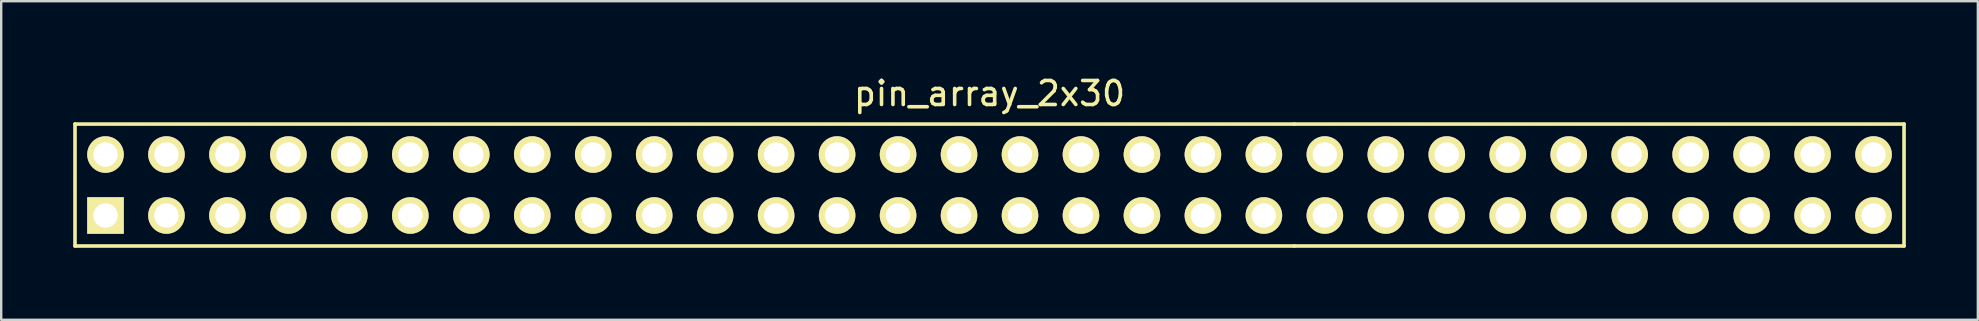
<source format=kicad_pcb>
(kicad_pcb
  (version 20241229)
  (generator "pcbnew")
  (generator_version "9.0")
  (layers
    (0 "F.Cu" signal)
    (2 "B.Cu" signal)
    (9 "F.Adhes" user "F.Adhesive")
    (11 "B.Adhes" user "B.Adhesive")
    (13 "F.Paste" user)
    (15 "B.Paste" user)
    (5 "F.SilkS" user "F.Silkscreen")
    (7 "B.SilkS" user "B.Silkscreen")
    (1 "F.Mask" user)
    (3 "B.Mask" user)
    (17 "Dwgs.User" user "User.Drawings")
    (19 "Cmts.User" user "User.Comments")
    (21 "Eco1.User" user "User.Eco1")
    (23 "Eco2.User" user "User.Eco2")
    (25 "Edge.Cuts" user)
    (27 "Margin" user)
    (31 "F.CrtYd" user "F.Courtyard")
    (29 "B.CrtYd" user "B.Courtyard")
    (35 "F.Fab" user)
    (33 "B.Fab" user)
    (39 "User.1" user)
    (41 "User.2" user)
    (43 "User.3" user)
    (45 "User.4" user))
  (footprint "pin_array_2x30"
    (layer "F.Cu")
    (at 38.175 4.658)
    (property "Reference" "pin_array_2x30" (at 0 -3.81 0) (layer "F.SilkS") (effects (font (size 1 1) (thickness 0.15))))
    (attr through_hole)
    (fp_line (start -38.1 -2.54) (end -38.1 2.54) (stroke (width 0.15) (type solid)) (layer "F.SilkS"))
    (fp_line (start 12.7 -2.54) (end -38.1 -2.54) (stroke (width 0.15) (type solid)) (layer "F.SilkS"))
    (fp_line (start 12.7 -2.54) (end 38.1 -2.54) (stroke (width 0.15) (type solid)) (layer "F.SilkS"))
    (fp_line (start 12.7 2.54) (end -38.1 2.54) (stroke (width 0.15) (type solid)) (layer "F.SilkS"))
    (fp_line (start 12.7 2.54) (end 38.1 2.54) (stroke (width 0.15) (type solid)) (layer "F.SilkS"))
    (fp_line (start 38.1 -2.54) (end 38.1 2.54) (stroke (width 0.15) (type solid)) (layer "F.SilkS"))
    (pad "1" thru_hole rect (at -36.83 1.27) (size 1.524 1.524) (drill 1.016) (layers "*.Cu" "*.Mask" "F.SilkS"))
    (pad "2" thru_hole circle (at -36.83 -1.27) (size 1.524 1.524) (drill 1.016) (layers "*.Cu" "*.Mask" "F.SilkS"))
    (pad "3" thru_hole circle (at -34.29 1.27) (size 1.524 1.524) (drill 1.016) (layers "*.Cu" "*.Mask" "F.SilkS"))
    (pad "4" thru_hole circle (at -34.29 -1.27) (size 1.524 1.524) (drill 1.016) (layers "*.Cu" "*.Mask" "F.SilkS"))
    (pad "5" thru_hole circle (at -31.75 1.27) (size 1.524 1.524) (drill 1.016) (layers "*.Cu" "*.Mask" "F.SilkS"))
    (pad "6" thru_hole circle (at -31.75 -1.27) (size 1.524 1.524) (drill 1.016) (layers "*.Cu" "*.Mask" "F.SilkS"))
    (pad "7" thru_hole circle (at -29.21 1.27) (size 1.524 1.524) (drill 1.016) (layers "*.Cu" "*.Mask" "F.SilkS"))
    (pad "8" thru_hole circle (at -29.21 -1.27) (size 1.524 1.524) (drill 1.016) (layers "*.Cu" "*.Mask" "F.SilkS"))
    (pad "9" thru_hole circle (at -26.67 1.27) (size 1.524 1.524) (drill 1.016) (layers "*.Cu" "*.Mask" "F.SilkS"))
    (pad "10" thru_hole circle (at -26.67 -1.27) (size 1.524 1.524) (drill 1.016) (layers "*.Cu" "*.Mask" "F.SilkS"))
    (pad "11" thru_hole circle (at -24.13 1.27) (size 1.524 1.524) (drill 1.016) (layers "*.Cu" "*.Mask" "F.SilkS"))
    (pad "12" thru_hole circle (at -24.13 -1.27) (size 1.524 1.524) (drill 1.016) (layers "*.Cu" "*.Mask" "F.SilkS"))
    (pad "13" thru_hole circle (at -21.59 1.27) (size 1.524 1.524) (drill 1.016) (layers "*.Cu" "*.Mask" "F.SilkS"))
    (pad "14" thru_hole circle (at -21.59 -1.27) (size 1.524 1.524) (drill 1.016) (layers "*.Cu" "*.Mask" "F.SilkS"))
    (pad "15" thru_hole circle (at -19.05 1.27) (size 1.524 1.524) (drill 1.016) (layers "*.Cu" "*.Mask" "F.SilkS"))
    (pad "16" thru_hole circle (at -19.05 -1.27) (size 1.524 1.524) (drill 1.016) (layers "*.Cu" "*.Mask" "F.SilkS"))
    (pad "17" thru_hole circle (at -16.51 1.27) (size 1.524 1.524) (drill 1.016) (layers "*.Cu" "*.Mask" "F.SilkS"))
    (pad "18" thru_hole circle (at -16.51 -1.27) (size 1.524 1.524) (drill 1.016) (layers "*.Cu" "*.Mask" "F.SilkS"))
    (pad "19" thru_hole circle (at -13.97 1.27) (size 1.524 1.524) (drill 1.016) (layers "*.Cu" "*.Mask" "F.SilkS"))
    (pad "20" thru_hole circle (at -13.97 -1.27) (size 1.524 1.524) (drill 1.016) (layers "*.Cu" "*.Mask" "F.SilkS"))
    (pad "21" thru_hole circle (at -11.43 1.27) (size 1.524 1.524) (drill 1.016) (layers "*.Cu" "*.Mask" "F.SilkS"))
    (pad "22" thru_hole circle (at -11.43 -1.27) (size 1.524 1.524) (drill 1.016) (layers "*.Cu" "*.Mask" "F.SilkS"))
    (pad "23" thru_hole circle (at -8.89 1.27) (size 1.524 1.524) (drill 1.016) (layers "*.Cu" "*.Mask" "F.SilkS"))
    (pad "24" thru_hole circle (at -8.89 -1.27) (size 1.524 1.524) (drill 1.016) (layers "*.Cu" "*.Mask" "F.SilkS"))
    (pad "25" thru_hole circle (at -6.35 1.27) (size 1.524 1.524) (drill 1.016) (layers "*.Cu" "*.Mask" "F.SilkS"))
    (pad "26" thru_hole circle (at -6.35 -1.27) (size 1.524 1.524) (drill 1.016) (layers "*.Cu" "*.Mask" "F.SilkS"))
    (pad "27" thru_hole circle (at -3.81 1.27) (size 1.524 1.524) (drill 1.016) (layers "*.Cu" "*.Mask" "F.SilkS"))
    (pad "28" thru_hole circle (at -3.81 -1.27) (size 1.524 1.524) (drill 1.016) (layers "*.Cu" "*.Mask" "F.SilkS"))
    (pad "29" thru_hole circle (at -1.27 1.27) (size 1.524 1.524) (drill 1.016) (layers "*.Cu" "*.Mask" "F.SilkS"))
    (pad "30" thru_hole circle (at -1.27 -1.27) (size 1.524 1.524) (drill 1.016) (layers "*.Cu" "*.Mask" "F.SilkS"))
    (pad "31" thru_hole circle (at 1.27 1.27) (size 1.524 1.524) (drill 1.016) (layers "*.Cu" "*.Mask" "F.SilkS"))
    (pad "32" thru_hole circle (at 1.27 -1.27) (size 1.524 1.524) (drill 1.016) (layers "*.Cu" "*.Mask" "F.SilkS"))
    (pad "33" thru_hole circle (at 3.81 1.27) (size 1.524 1.524) (drill 1.016) (layers "*.Cu" "*.Mask" "F.SilkS"))
    (pad "34" thru_hole circle (at 3.81 -1.27) (size 1.524 1.524) (drill 1.016) (layers "*.Cu" "*.Mask" "F.SilkS"))
    (pad "35" thru_hole circle (at 6.35 1.27) (size 1.524 1.524) (drill 1.016) (layers "*.Cu" "*.Mask" "F.SilkS"))
    (pad "36" thru_hole circle (at 6.35 -1.27) (size 1.524 1.524) (drill 1.016) (layers "*.Cu" "*.Mask" "F.SilkS"))
    (pad "37" thru_hole circle (at 8.89 1.27) (size 1.524 1.524) (drill 1.016) (layers "*.Cu" "*.Mask" "F.SilkS"))
    (pad "38" thru_hole circle (at 8.89 -1.27) (size 1.524 1.524) (drill 1.016) (layers "*.Cu" "*.Mask" "F.SilkS"))
    (pad "39" thru_hole circle (at 11.43 1.27) (size 1.524 1.524) (drill 1.016) (layers "*.Cu" "*.Mask" "F.SilkS"))
    (pad "40" thru_hole circle (at 11.43 -1.27) (size 1.524 1.524) (drill 1.016) (layers "*.Cu" "*.Mask" "F.SilkS"))
    (pad "41" thru_hole circle (at 13.97 1.27) (size 1.524 1.524) (drill 1.016) (layers "*.Cu" "*.Mask" "F.SilkS"))
    (pad "42" thru_hole circle (at 13.97 -1.27) (size 1.524 1.524) (drill 1.016) (layers "*.Cu" "*.Mask" "F.SilkS"))
    (pad "43" thru_hole circle (at 16.51 1.27) (size 1.524 1.524) (drill 1.016) (layers "*.Cu" "*.Mask" "F.SilkS"))
    (pad "44" thru_hole circle (at 16.51 -1.27) (size 1.524 1.524) (drill 1.016) (layers "*.Cu" "*.Mask" "F.SilkS"))
    (pad "45" thru_hole circle (at 19.05 1.27) (size 1.524 1.524) (drill 1.016) (layers "*.Cu" "*.Mask" "F.SilkS"))
    (pad "46" thru_hole circle (at 19.05 -1.27) (size 1.524 1.524) (drill 1.016) (layers "*.Cu" "*.Mask" "F.SilkS"))
    (pad "47" thru_hole circle (at 21.59 1.27) (size 1.524 1.524) (drill 1.016) (layers "*.Cu" "*.Mask" "F.SilkS"))
    (pad "48" thru_hole circle (at 21.59 -1.27) (size 1.524 1.524) (drill 1.016) (layers "*.Cu" "*.Mask" "F.SilkS"))
    (pad "49" thru_hole circle (at 24.13 1.27) (size 1.524 1.524) (drill 1.016) (layers "*.Cu" "*.Mask" "F.SilkS"))
    (pad "50" thru_hole circle (at 24.13 -1.27) (size 1.524 1.524) (drill 1.016) (layers "*.Cu" "*.Mask" "F.SilkS"))
    (pad "51" thru_hole circle (at 26.67 1.27) (size 1.524 1.524) (drill 1.016) (layers "*.Cu" "*.Mask" "F.SilkS"))
    (pad "52" thru_hole circle (at 26.67 -1.27) (size 1.524 1.524) (drill 1.016) (layers "*.Cu" "*.Mask" "F.SilkS"))
    (pad "53" thru_hole circle (at 29.21 1.27) (size 1.524 1.524) (drill 1.016) (layers "*.Cu" "*.Mask" "F.SilkS"))
    (pad "54" thru_hole circle (at 29.21 -1.27) (size 1.524 1.524) (drill 1.016) (layers "*.Cu" "*.Mask" "F.SilkS"))
    (pad "55" thru_hole circle (at 31.75 1.27) (size 1.524 1.524) (drill 1.016) (layers "*.Cu" "*.Mask" "F.SilkS"))
    (pad "56" thru_hole circle (at 31.75 -1.27) (size 1.524 1.524) (drill 1.016) (layers "*.Cu" "*.Mask" "F.SilkS"))
    (pad "57" thru_hole circle (at 34.29 1.27) (size 1.524 1.524) (drill 1.016) (layers "*.Cu" "*.Mask" "F.SilkS"))
    (pad "58" thru_hole circle (at 34.29 -1.27) (size 1.524 1.524) (drill 1.016) (layers "*.Cu" "*.Mask" "F.SilkS"))
    (pad "59" thru_hole circle (at 36.83 1.27) (size 1.524 1.524) (drill 1.016) (layers "*.Cu" "*.Mask" "F.SilkS"))
    (pad "60" thru_hole circle (at 36.83 -1.27) (size 1.524 1.524) (drill 1.016) (layers "*.Cu" "*.Mask" "F.SilkS")))
  (gr_rect
    (start -3 -3)
    (end 79.35 10.273)
    (stroke (width 0.1) (type default))
    (fill no)
    (layer "Edge.Cuts")))
</source>
